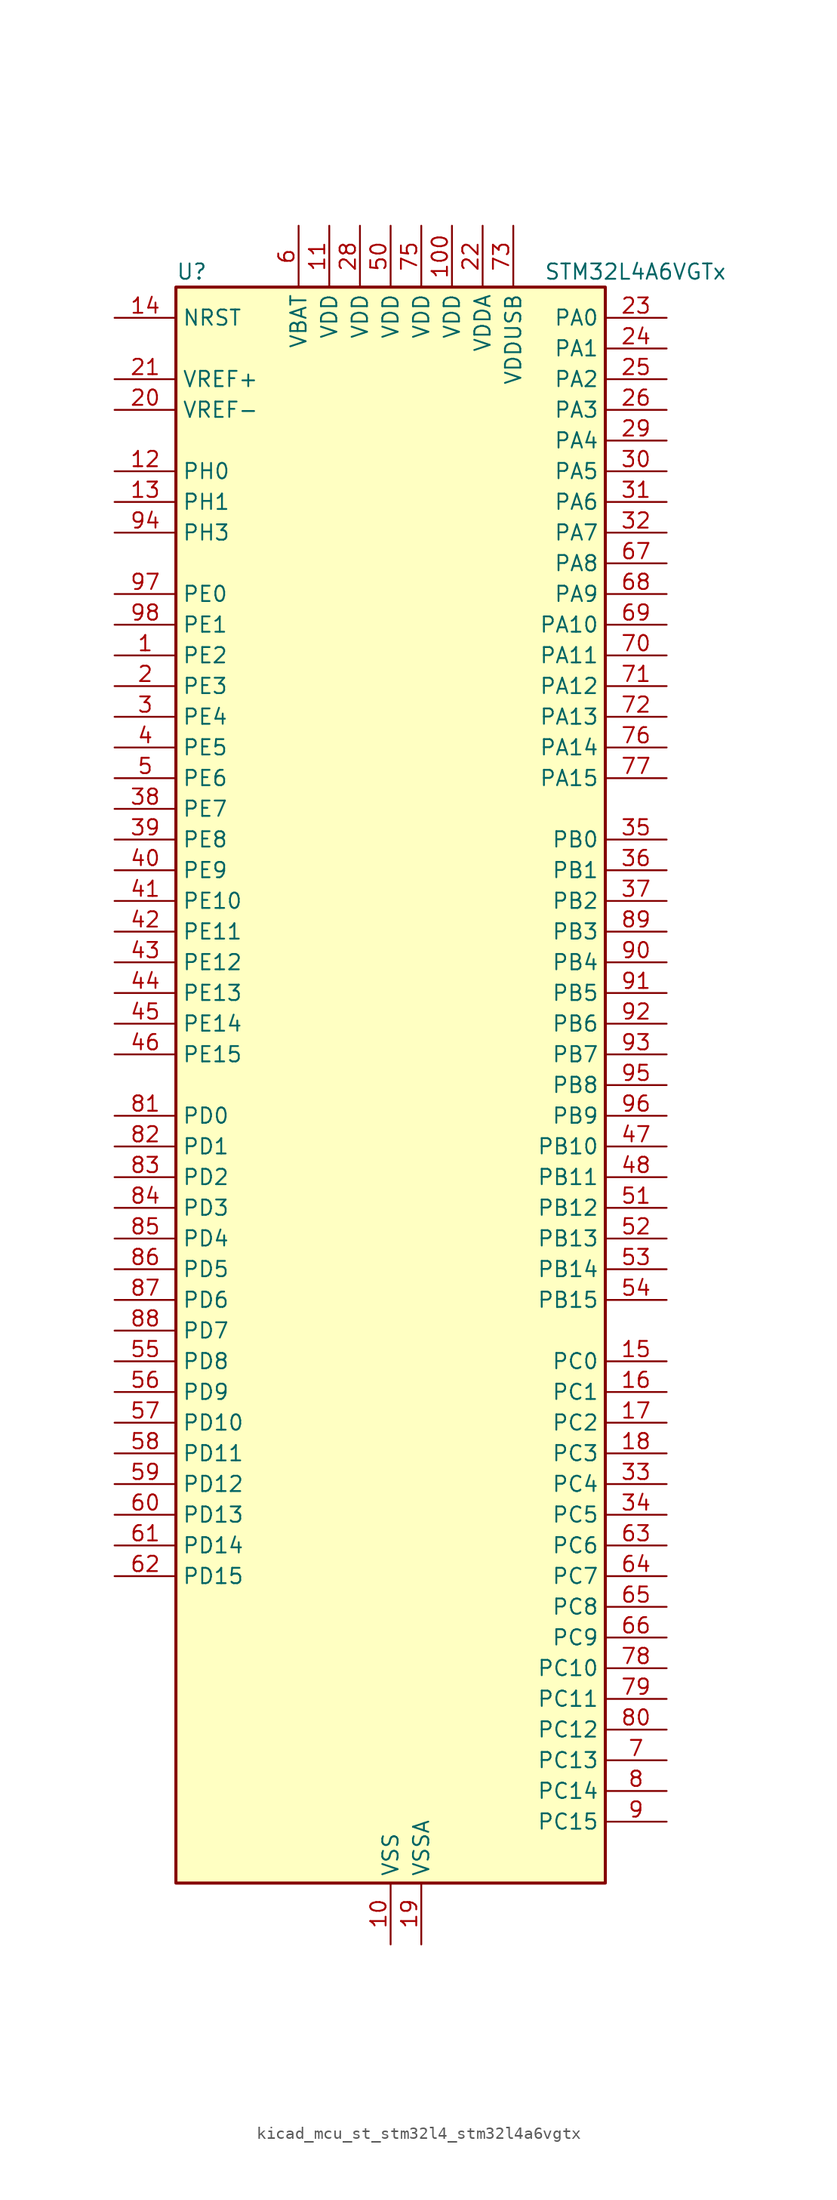
<source format=kicad_sym>
(kicad_symbol_lib
  (version 20220914)
  (generator kicad_symbol_editor)
  (symbol "kicad_mcu_st_stm32l4_stm32l4a6vgtx"
    (property "Reference" "U"
      (at -17.78 67.31 0)
      (effects (font (size 1.27 1.27)) (justify left)))
    (property "Value" "STM32L4A6VGTx"
      (at 12.7 67.31 0)
      (effects (font (size 1.27 1.27)) (justify left)))
    (property "ki_locked" ""
      (at 0 0 0)
      (effects (font (size 1.27 1.27))))
    (symbol "kicad_mcu_st_stm32l4_stm32l4a6vgtx_0_1"
      (rectangle (start -17.78 -66.04) (end 17.78 66.04) (stroke (width 0.254) (type default)) (fill (type background))))
    (symbol "kicad_mcu_st_stm32l4_stm32l4a6vgtx_1_1"
      (pin bidirectional line (at -22.86 35.56 0) (length 5.08) (name "PE2" (effects (font (size 1.27 1.27)))) (number "1" (effects (font (size 1.27 1.27)))) (alternate "FMC_A23" bidirectional line) (alternate "LCD_SEG38" bidirectional line) (alternate "SAI1_MCLK_A" bidirectional line) (alternate "SYS_TRACECLK" bidirectional line) (alternate "TIM3_ETR" bidirectional line) (alternate "TSC_G7_IO1" bidirectional line))
      (pin power_in line (at 0 -71.12 90) (length 5.08) (name "VSS" (effects (font (size 1.27 1.27)))) (number "10" (effects (font (size 1.27 1.27)))))
      (pin power_in line (at 5.08 71.12 270) (length 5.08) (name "VDD" (effects (font (size 1.27 1.27)))) (number "100" (effects (font (size 1.27 1.27)))))
      (pin power_in line (at -5.08 71.12 270) (length 5.08) (name "VDD" (effects (font (size 1.27 1.27)))) (number "11" (effects (font (size 1.27 1.27)))))
      (pin bidirectional line (at -22.86 50.8 0) (length 5.08) (name "PH0" (effects (font (size 1.27 1.27)))) (number "12" (effects (font (size 1.27 1.27)))) (alternate "RCC_OSC_IN" bidirectional line))
      (pin bidirectional line (at -22.86 48.26 0) (length 5.08) (name "PH1" (effects (font (size 1.27 1.27)))) (number "13" (effects (font (size 1.27 1.27)))) (alternate "RCC_OSC_OUT" bidirectional line))
      (pin input line (at -22.86 63.5 0) (length 5.08) (name "NRST" (effects (font (size 1.27 1.27)))) (number "14" (effects (font (size 1.27 1.27)))))
      (pin bidirectional line (at 22.86 -22.86 180) (length 5.08) (name "PC0" (effects (font (size 1.27 1.27)))) (number "15" (effects (font (size 1.27 1.27)))) (alternate "ADC1_IN1" bidirectional line) (alternate "ADC2_IN1" bidirectional line) (alternate "ADC3_IN1" bidirectional line) (alternate "DFSDM1_DATIN4" bidirectional line) (alternate "I2C3_SCL" bidirectional line) (alternate "I2C4_SCL" bidirectional line) (alternate "LCD_SEG18" bidirectional line) (alternate "LPTIM1_IN1" bidirectional line) (alternate "LPTIM2_IN1" bidirectional line) (alternate "LPUART1_RX" bidirectional line))
      (pin bidirectional line (at 22.86 -25.4 180) (length 5.08) (name "PC1" (effects (font (size 1.27 1.27)))) (number "16" (effects (font (size 1.27 1.27)))) (alternate "ADC1_IN2" bidirectional line) (alternate "ADC2_IN2" bidirectional line) (alternate "ADC3_IN2" bidirectional line) (alternate "DFSDM1_CKIN4" bidirectional line) (alternate "I2C3_SDA" bidirectional line) (alternate "I2C4_SDA" bidirectional line) (alternate "LCD_SEG19" bidirectional line) (alternate "LPTIM1_OUT" bidirectional line) (alternate "LPUART1_TX" bidirectional line) (alternate "QUADSPI_BK2_IO0" bidirectional line) (alternate "SAI1_SD_A" bidirectional line) (alternate "SPI2_MOSI" bidirectional line) (alternate "SYS_TRACED0" bidirectional line))
      (pin bidirectional line (at 22.86 -27.94 180) (length 5.08) (name "PC2" (effects (font (size 1.27 1.27)))) (number "17" (effects (font (size 1.27 1.27)))) (alternate "ADC1_IN3" bidirectional line) (alternate "ADC2_IN3" bidirectional line) (alternate "ADC3_IN3" bidirectional line) (alternate "DFSDM1_CKOUT" bidirectional line) (alternate "LCD_SEG20" bidirectional line) (alternate "LPTIM1_IN2" bidirectional line) (alternate "QUADSPI_BK2_IO1" bidirectional line) (alternate "SPI2_MISO" bidirectional line))
      (pin bidirectional line (at 22.86 -30.48 180) (length 5.08) (name "PC3" (effects (font (size 1.27 1.27)))) (number "18" (effects (font (size 1.27 1.27)))) (alternate "ADC1_IN4" bidirectional line) (alternate "ADC2_IN4" bidirectional line) (alternate "ADC3_IN4" bidirectional line) (alternate "LCD_VLCD" bidirectional line) (alternate "LPTIM1_ETR" bidirectional line) (alternate "LPTIM2_ETR" bidirectional line) (alternate "QUADSPI_BK2_IO2" bidirectional line) (alternate "SAI1_SD_A" bidirectional line) (alternate "SPI2_MOSI" bidirectional line))
      (pin power_in line (at 2.54 -71.12 90) (length 5.08) (name "VSSA" (effects (font (size 1.27 1.27)))) (number "19" (effects (font (size 1.27 1.27)))))
      (pin bidirectional line (at -22.86 33.02 0) (length 5.08) (name "PE3" (effects (font (size 1.27 1.27)))) (number "2" (effects (font (size 1.27 1.27)))) (alternate "FMC_A19" bidirectional line) (alternate "LCD_SEG39" bidirectional line) (alternate "SAI1_SD_B" bidirectional line) (alternate "SYS_TRACED0" bidirectional line) (alternate "TIM3_CH1" bidirectional line) (alternate "TSC_G7_IO2" bidirectional line))
      (pin input line (at -22.86 55.88 0) (length 5.08) (name "VREF-" (effects (font (size 1.27 1.27)))) (number "20" (effects (font (size 1.27 1.27)))))
      (pin input line (at -22.86 58.42 0) (length 5.08) (name "VREF+" (effects (font (size 1.27 1.27)))) (number "21" (effects (font (size 1.27 1.27)))) (alternate "VREFBUF_OUT" bidirectional line))
      (pin power_in line (at 7.62 71.12 270) (length 5.08) (name "VDDA" (effects (font (size 1.27 1.27)))) (number "22" (effects (font (size 1.27 1.27)))))
      (pin bidirectional line (at 22.86 63.5 180) (length 5.08) (name "PA0" (effects (font (size 1.27 1.27)))) (number "23" (effects (font (size 1.27 1.27)))) (alternate "ADC1_IN5" bidirectional line) (alternate "ADC2_IN5" bidirectional line) (alternate "OPAMP1_VINP" bidirectional line) (alternate "RTC_TAMP2" bidirectional line) (alternate "SAI1_EXTCLK" bidirectional line) (alternate "SYS_WKUP1" bidirectional line) (alternate "TIM2_CH1" bidirectional line) (alternate "TIM2_ETR" bidirectional line) (alternate "TIM5_CH1" bidirectional line) (alternate "TIM8_ETR" bidirectional line) (alternate "UART4_TX" bidirectional line) (alternate "USART2_CTS" bidirectional line))
      (pin bidirectional line (at 22.86 60.96 180) (length 5.08) (name "PA1" (effects (font (size 1.27 1.27)))) (number "24" (effects (font (size 1.27 1.27)))) (alternate "ADC1_IN6" bidirectional line) (alternate "ADC2_IN6" bidirectional line) (alternate "I2C1_SMBA" bidirectional line) (alternate "LCD_SEG0" bidirectional line) (alternate "OPAMP1_VINM" bidirectional line) (alternate "SPI1_SCK" bidirectional line) (alternate "TIM15_CH1N" bidirectional line) (alternate "TIM2_CH2" bidirectional line) (alternate "TIM5_CH2" bidirectional line) (alternate "UART4_RX" bidirectional line) (alternate "USART2_DE" bidirectional line) (alternate "USART2_RTS" bidirectional line))
      (pin bidirectional line (at 22.86 58.42 180) (length 5.08) (name "PA2" (effects (font (size 1.27 1.27)))) (number "25" (effects (font (size 1.27 1.27)))) (alternate "ADC1_IN7" bidirectional line) (alternate "ADC2_IN7" bidirectional line) (alternate "LCD_SEG1" bidirectional line) (alternate "LPUART1_TX" bidirectional line) (alternate "QUADSPI_BK1_NCS" bidirectional line) (alternate "RCC_LSCO" bidirectional line) (alternate "SAI2_EXTCLK" bidirectional line) (alternate "SYS_WKUP4" bidirectional line) (alternate "TIM15_CH1" bidirectional line) (alternate "TIM2_CH3" bidirectional line) (alternate "TIM5_CH3" bidirectional line) (alternate "USART2_TX" bidirectional line))
      (pin bidirectional line (at 22.86 55.88 180) (length 5.08) (name "PA3" (effects (font (size 1.27 1.27)))) (number "26" (effects (font (size 1.27 1.27)))) (alternate "ADC1_IN8" bidirectional line) (alternate "ADC2_IN8" bidirectional line) (alternate "LCD_SEG2" bidirectional line) (alternate "LPUART1_RX" bidirectional line) (alternate "OPAMP1_VOUT" bidirectional line) (alternate "QUADSPI_CLK" bidirectional line) (alternate "SAI1_MCLK_A" bidirectional line) (alternate "TIM15_CH2" bidirectional line) (alternate "TIM2_CH4" bidirectional line) (alternate "TIM5_CH4" bidirectional line) (alternate "USART2_RX" bidirectional line))
      (pin passive line (at 0 -71.12 90) (length 5.08) hide (name "VSS" (effects (font (size 1.27 1.27)))) (number "27" (effects (font (size 1.27 1.27)))))
      (pin power_in line (at -2.54 71.12 270) (length 5.08) (name "VDD" (effects (font (size 1.27 1.27)))) (number "28" (effects (font (size 1.27 1.27)))))
      (pin bidirectional line (at 22.86 53.34 180) (length 5.08) (name "PA4" (effects (font (size 1.27 1.27)))) (number "29" (effects (font (size 1.27 1.27)))) (alternate "ADC1_IN9" bidirectional line) (alternate "ADC2_IN9" bidirectional line) (alternate "DAC1_OUT1" bidirectional line) (alternate "DCMI_HSYNC" bidirectional line) (alternate "LPTIM2_OUT" bidirectional line) (alternate "SAI1_FS_B" bidirectional line) (alternate "SPI1_NSS" bidirectional line) (alternate "SPI3_NSS" bidirectional line) (alternate "USART2_CK" bidirectional line))
      (pin bidirectional line (at -22.86 30.48 0) (length 5.08) (name "PE4" (effects (font (size 1.27 1.27)))) (number "3" (effects (font (size 1.27 1.27)))) (alternate "DCMI_D4" bidirectional line) (alternate "DFSDM1_DATIN3" bidirectional line) (alternate "FMC_A20" bidirectional line) (alternate "SAI1_FS_A" bidirectional line) (alternate "SYS_TRACED1" bidirectional line) (alternate "TIM3_CH2" bidirectional line) (alternate "TSC_G7_IO3" bidirectional line))
      (pin bidirectional line (at 22.86 50.8 180) (length 5.08) (name "PA5" (effects (font (size 1.27 1.27)))) (number "30" (effects (font (size 1.27 1.27)))) (alternate "ADC1_IN10" bidirectional line) (alternate "ADC2_IN10" bidirectional line) (alternate "DAC1_OUT2" bidirectional line) (alternate "LPTIM2_ETR" bidirectional line) (alternate "SPI1_SCK" bidirectional line) (alternate "TIM2_CH1" bidirectional line) (alternate "TIM2_ETR" bidirectional line) (alternate "TIM8_CH1N" bidirectional line))
      (pin bidirectional line (at 22.86 48.26 180) (length 5.08) (name "PA6" (effects (font (size 1.27 1.27)))) (number "31" (effects (font (size 1.27 1.27)))) (alternate "ADC1_IN11" bidirectional line) (alternate "ADC2_IN11" bidirectional line) (alternate "DCMI_PIXCLK" bidirectional line) (alternate "LCD_SEG3" bidirectional line) (alternate "LPUART1_CTS" bidirectional line) (alternate "OPAMP2_VINP" bidirectional line) (alternate "QUADSPI_BK1_IO3" bidirectional line) (alternate "SPI1_MISO" bidirectional line) (alternate "TIM16_CH1" bidirectional line) (alternate "TIM1_BKIN" bidirectional line) (alternate "TIM1_BKIN_COMP2" bidirectional line) (alternate "TIM3_CH1" bidirectional line) (alternate "TIM8_BKIN" bidirectional line) (alternate "TIM8_BKIN_COMP2" bidirectional line) (alternate "USART3_CTS" bidirectional line))
      (pin bidirectional line (at 22.86 45.72 180) (length 5.08) (name "PA7" (effects (font (size 1.27 1.27)))) (number "32" (effects (font (size 1.27 1.27)))) (alternate "ADC1_IN12" bidirectional line) (alternate "ADC2_IN12" bidirectional line) (alternate "I2C3_SCL" bidirectional line) (alternate "LCD_SEG4" bidirectional line) (alternate "OPAMP2_VINM" bidirectional line) (alternate "QUADSPI_BK1_IO2" bidirectional line) (alternate "SPI1_MOSI" bidirectional line) (alternate "TIM17_CH1" bidirectional line) (alternate "TIM1_CH1N" bidirectional line) (alternate "TIM3_CH2" bidirectional line) (alternate "TIM8_CH1N" bidirectional line))
      (pin bidirectional line (at 22.86 -33.02 180) (length 5.08) (name "PC4" (effects (font (size 1.27 1.27)))) (number "33" (effects (font (size 1.27 1.27)))) (alternate "ADC1_IN13" bidirectional line) (alternate "ADC2_IN13" bidirectional line) (alternate "COMP1_INM" bidirectional line) (alternate "LCD_SEG22" bidirectional line) (alternate "QUADSPI_BK2_IO3" bidirectional line) (alternate "USART3_TX" bidirectional line))
      (pin bidirectional line (at 22.86 -35.56 180) (length 5.08) (name "PC5" (effects (font (size 1.27 1.27)))) (number "34" (effects (font (size 1.27 1.27)))) (alternate "ADC1_IN14" bidirectional line) (alternate "ADC2_IN14" bidirectional line) (alternate "COMP1_INP" bidirectional line) (alternate "LCD_SEG23" bidirectional line) (alternate "SYS_WKUP5" bidirectional line) (alternate "USART3_RX" bidirectional line))
      (pin bidirectional line (at 22.86 20.32 180) (length 5.08) (name "PB0" (effects (font (size 1.27 1.27)))) (number "35" (effects (font (size 1.27 1.27)))) (alternate "ADC1_IN15" bidirectional line) (alternate "ADC2_IN15" bidirectional line) (alternate "COMP1_OUT" bidirectional line) (alternate "LCD_SEG5" bidirectional line) (alternate "OPAMP2_VOUT" bidirectional line) (alternate "QUADSPI_BK1_IO1" bidirectional line) (alternate "SAI1_EXTCLK" bidirectional line) (alternate "SPI1_NSS" bidirectional line) (alternate "TIM1_CH2N" bidirectional line) (alternate "TIM3_CH3" bidirectional line) (alternate "TIM8_CH2N" bidirectional line) (alternate "USART3_CK" bidirectional line))
      (pin bidirectional line (at 22.86 17.78 180) (length 5.08) (name "PB1" (effects (font (size 1.27 1.27)))) (number "36" (effects (font (size 1.27 1.27)))) (alternate "ADC1_IN16" bidirectional line) (alternate "ADC2_IN16" bidirectional line) (alternate "COMP1_INM" bidirectional line) (alternate "DFSDM1_DATIN0" bidirectional line) (alternate "LCD_SEG6" bidirectional line) (alternate "LPTIM2_IN1" bidirectional line) (alternate "LPUART1_DE" bidirectional line) (alternate "LPUART1_RTS" bidirectional line) (alternate "QUADSPI_BK1_IO0" bidirectional line) (alternate "TIM1_CH3N" bidirectional line) (alternate "TIM3_CH4" bidirectional line) (alternate "TIM8_CH3N" bidirectional line) (alternate "USART3_DE" bidirectional line) (alternate "USART3_RTS" bidirectional line))
      (pin bidirectional line (at 22.86 15.24 180) (length 5.08) (name "PB2" (effects (font (size 1.27 1.27)))) (number "37" (effects (font (size 1.27 1.27)))) (alternate "COMP1_INP" bidirectional line) (alternate "DFSDM1_CKIN0" bidirectional line) (alternate "I2C3_SMBA" bidirectional line) (alternate "LCD_VLCD" bidirectional line) (alternate "LPTIM1_OUT" bidirectional line) (alternate "RTC_OUT_ALARM" bidirectional line) (alternate "RTC_OUT_CALIB" bidirectional line))
      (pin bidirectional line (at -22.86 22.86 0) (length 5.08) (name "PE7" (effects (font (size 1.27 1.27)))) (number "38" (effects (font (size 1.27 1.27)))) (alternate "DFSDM1_DATIN2" bidirectional line) (alternate "FMC_D4" bidirectional line) (alternate "FMC_DA4" bidirectional line) (alternate "SAI1_SD_B" bidirectional line) (alternate "TIM1_ETR" bidirectional line))
      (pin bidirectional line (at -22.86 20.32 0) (length 5.08) (name "PE8" (effects (font (size 1.27 1.27)))) (number "39" (effects (font (size 1.27 1.27)))) (alternate "DFSDM1_CKIN2" bidirectional line) (alternate "FMC_D5" bidirectional line) (alternate "FMC_DA5" bidirectional line) (alternate "SAI1_SCK_B" bidirectional line) (alternate "TIM1_CH1N" bidirectional line))
      (pin bidirectional line (at -22.86 27.94 0) (length 5.08) (name "PE5" (effects (font (size 1.27 1.27)))) (number "4" (effects (font (size 1.27 1.27)))) (alternate "DCMI_D6" bidirectional line) (alternate "DFSDM1_CKIN3" bidirectional line) (alternate "FMC_A21" bidirectional line) (alternate "SAI1_SCK_A" bidirectional line) (alternate "SYS_TRACED2" bidirectional line) (alternate "TIM3_CH3" bidirectional line) (alternate "TSC_G7_IO4" bidirectional line))
      (pin bidirectional line (at -22.86 17.78 0) (length 5.08) (name "PE9" (effects (font (size 1.27 1.27)))) (number "40" (effects (font (size 1.27 1.27)))) (alternate "DAC1_EXTI9" bidirectional line) (alternate "DFSDM1_CKOUT" bidirectional line) (alternate "FMC_D6" bidirectional line) (alternate "FMC_DA6" bidirectional line) (alternate "SAI1_FS_B" bidirectional line) (alternate "TIM1_CH1" bidirectional line))
      (pin bidirectional line (at -22.86 15.24 0) (length 5.08) (name "PE10" (effects (font (size 1.27 1.27)))) (number "41" (effects (font (size 1.27 1.27)))) (alternate "DFSDM1_DATIN4" bidirectional line) (alternate "FMC_D7" bidirectional line) (alternate "FMC_DA7" bidirectional line) (alternate "QUADSPI_CLK" bidirectional line) (alternate "SAI1_MCLK_B" bidirectional line) (alternate "TIM1_CH2N" bidirectional line) (alternate "TSC_G5_IO1" bidirectional line))
      (pin bidirectional line (at -22.86 12.7 0) (length 5.08) (name "PE11" (effects (font (size 1.27 1.27)))) (number "42" (effects (font (size 1.27 1.27)))) (alternate "ADC1_EXTI11" bidirectional line) (alternate "ADC2_EXTI11" bidirectional line) (alternate "ADC3_EXTI11" bidirectional line) (alternate "DFSDM1_CKIN4" bidirectional line) (alternate "FMC_D8" bidirectional line) (alternate "FMC_DA8" bidirectional line) (alternate "QUADSPI_BK1_NCS" bidirectional line) (alternate "TIM1_CH2" bidirectional line) (alternate "TSC_G5_IO2" bidirectional line))
      (pin bidirectional line (at -22.86 10.16 0) (length 5.08) (name "PE12" (effects (font (size 1.27 1.27)))) (number "43" (effects (font (size 1.27 1.27)))) (alternate "DFSDM1_DATIN5" bidirectional line) (alternate "FMC_D9" bidirectional line) (alternate "FMC_DA9" bidirectional line) (alternate "QUADSPI_BK1_IO0" bidirectional line) (alternate "SPI1_NSS" bidirectional line) (alternate "TIM1_CH3N" bidirectional line) (alternate "TSC_G5_IO3" bidirectional line))
      (pin bidirectional line (at -22.86 7.62 0) (length 5.08) (name "PE13" (effects (font (size 1.27 1.27)))) (number "44" (effects (font (size 1.27 1.27)))) (alternate "DFSDM1_CKIN5" bidirectional line) (alternate "FMC_D10" bidirectional line) (alternate "FMC_DA10" bidirectional line) (alternate "QUADSPI_BK1_IO1" bidirectional line) (alternate "SPI1_SCK" bidirectional line) (alternate "TIM1_CH3" bidirectional line) (alternate "TSC_G5_IO4" bidirectional line))
      (pin bidirectional line (at -22.86 5.08 0) (length 5.08) (name "PE14" (effects (font (size 1.27 1.27)))) (number "45" (effects (font (size 1.27 1.27)))) (alternate "FMC_D11" bidirectional line) (alternate "FMC_DA11" bidirectional line) (alternate "QUADSPI_BK1_IO2" bidirectional line) (alternate "SPI1_MISO" bidirectional line) (alternate "TIM1_BKIN2" bidirectional line) (alternate "TIM1_BKIN2_COMP2" bidirectional line) (alternate "TIM1_CH4" bidirectional line))
      (pin bidirectional line (at -22.86 2.54 0) (length 5.08) (name "PE15" (effects (font (size 1.27 1.27)))) (number "46" (effects (font (size 1.27 1.27)))) (alternate "ADC1_EXTI15" bidirectional line) (alternate "ADC2_EXTI15" bidirectional line) (alternate "ADC3_EXTI15" bidirectional line) (alternate "FMC_D12" bidirectional line) (alternate "FMC_DA12" bidirectional line) (alternate "QUADSPI_BK1_IO3" bidirectional line) (alternate "SPI1_MOSI" bidirectional line) (alternate "TIM1_BKIN" bidirectional line) (alternate "TIM1_BKIN_COMP1" bidirectional line))
      (pin bidirectional line (at 22.86 -5.08 180) (length 5.08) (name "PB10" (effects (font (size 1.27 1.27)))) (number "47" (effects (font (size 1.27 1.27)))) (alternate "COMP1_OUT" bidirectional line) (alternate "DFSDM1_DATIN7" bidirectional line) (alternate "I2C2_SCL" bidirectional line) (alternate "I2C4_SCL" bidirectional line) (alternate "LCD_SEG10" bidirectional line) (alternate "LPUART1_RX" bidirectional line) (alternate "QUADSPI_CLK" bidirectional line) (alternate "SAI1_SCK_A" bidirectional line) (alternate "SPI2_SCK" bidirectional line) (alternate "TIM2_CH3" bidirectional line) (alternate "TSC_SYNC" bidirectional line) (alternate "USART3_TX" bidirectional line))
      (pin bidirectional line (at 22.86 -7.62 180) (length 5.08) (name "PB11" (effects (font (size 1.27 1.27)))) (number "48" (effects (font (size 1.27 1.27)))) (alternate "ADC1_EXTI11" bidirectional line) (alternate "ADC2_EXTI11" bidirectional line) (alternate "ADC3_EXTI11" bidirectional line) (alternate "COMP2_OUT" bidirectional line) (alternate "DFSDM1_CKIN7" bidirectional line) (alternate "I2C2_SDA" bidirectional line) (alternate "I2C4_SDA" bidirectional line) (alternate "LCD_SEG11" bidirectional line) (alternate "LPUART1_TX" bidirectional line) (alternate "QUADSPI_BK1_NCS" bidirectional line) (alternate "TIM2_CH4" bidirectional line) (alternate "USART3_RX" bidirectional line))
      (pin passive line (at 0 -71.12 90) (length 5.08) hide (name "VSS" (effects (font (size 1.27 1.27)))) (number "49" (effects (font (size 1.27 1.27)))))
      (pin bidirectional line (at -22.86 25.4 0) (length 5.08) (name "PE6" (effects (font (size 1.27 1.27)))) (number "5" (effects (font (size 1.27 1.27)))) (alternate "DCMI_D7" bidirectional line) (alternate "FMC_A22" bidirectional line) (alternate "RTC_TAMP3" bidirectional line) (alternate "SAI1_SD_A" bidirectional line) (alternate "SYS_TRACED3" bidirectional line) (alternate "SYS_WKUP3" bidirectional line) (alternate "TIM3_CH4" bidirectional line))
      (pin power_in line (at 0 71.12 270) (length 5.08) (name "VDD" (effects (font (size 1.27 1.27)))) (number "50" (effects (font (size 1.27 1.27)))))
      (pin bidirectional line (at 22.86 -10.16 180) (length 5.08) (name "PB12" (effects (font (size 1.27 1.27)))) (number "51" (effects (font (size 1.27 1.27)))) (alternate "CAN2_RX" bidirectional line) (alternate "DFSDM1_DATIN1" bidirectional line) (alternate "I2C2_SMBA" bidirectional line) (alternate "LCD_SEG12" bidirectional line) (alternate "LPUART1_DE" bidirectional line) (alternate "LPUART1_RTS" bidirectional line) (alternate "SAI2_FS_A" bidirectional line) (alternate "SPI2_NSS" bidirectional line) (alternate "SWPMI1_IO" bidirectional line) (alternate "TIM15_BKIN" bidirectional line) (alternate "TIM1_BKIN" bidirectional line) (alternate "TIM1_BKIN_COMP2" bidirectional line) (alternate "TSC_G1_IO1" bidirectional line) (alternate "USART3_CK" bidirectional line))
      (pin bidirectional line (at 22.86 -12.7 180) (length 5.08) (name "PB13" (effects (font (size 1.27 1.27)))) (number "52" (effects (font (size 1.27 1.27)))) (alternate "CAN2_TX" bidirectional line) (alternate "DFSDM1_CKIN1" bidirectional line) (alternate "I2C2_SCL" bidirectional line) (alternate "LCD_SEG13" bidirectional line) (alternate "LPUART1_CTS" bidirectional line) (alternate "SAI2_SCK_A" bidirectional line) (alternate "SPI2_SCK" bidirectional line) (alternate "SWPMI1_TX" bidirectional line) (alternate "TIM15_CH1N" bidirectional line) (alternate "TIM1_CH1N" bidirectional line) (alternate "TSC_G1_IO2" bidirectional line) (alternate "USART3_CTS" bidirectional line))
      (pin bidirectional line (at 22.86 -15.24 180) (length 5.08) (name "PB14" (effects (font (size 1.27 1.27)))) (number "53" (effects (font (size 1.27 1.27)))) (alternate "DFSDM1_DATIN2" bidirectional line) (alternate "I2C2_SDA" bidirectional line) (alternate "LCD_SEG14" bidirectional line) (alternate "SAI2_MCLK_A" bidirectional line) (alternate "SPI2_MISO" bidirectional line) (alternate "SWPMI1_RX" bidirectional line) (alternate "TIM15_CH1" bidirectional line) (alternate "TIM1_CH2N" bidirectional line) (alternate "TIM8_CH2N" bidirectional line) (alternate "TSC_G1_IO3" bidirectional line) (alternate "USART3_DE" bidirectional line) (alternate "USART3_RTS" bidirectional line))
      (pin bidirectional line (at 22.86 -17.78 180) (length 5.08) (name "PB15" (effects (font (size 1.27 1.27)))) (number "54" (effects (font (size 1.27 1.27)))) (alternate "ADC1_EXTI15" bidirectional line) (alternate "ADC2_EXTI15" bidirectional line) (alternate "ADC3_EXTI15" bidirectional line) (alternate "DFSDM1_CKIN2" bidirectional line) (alternate "LCD_SEG15" bidirectional line) (alternate "RTC_REFIN" bidirectional line) (alternate "SAI2_SD_A" bidirectional line) (alternate "SPI2_MOSI" bidirectional line) (alternate "SWPMI1_SUSPEND" bidirectional line) (alternate "TIM15_CH2" bidirectional line) (alternate "TIM1_CH3N" bidirectional line) (alternate "TIM8_CH3N" bidirectional line) (alternate "TSC_G1_IO4" bidirectional line))
      (pin bidirectional line (at -22.86 -22.86 0) (length 5.08) (name "PD8" (effects (font (size 1.27 1.27)))) (number "55" (effects (font (size 1.27 1.27)))) (alternate "DCMI_HSYNC" bidirectional line) (alternate "FMC_D13" bidirectional line) (alternate "FMC_DA13" bidirectional line) (alternate "LCD_SEG28" bidirectional line) (alternate "USART3_TX" bidirectional line))
      (pin bidirectional line (at -22.86 -25.4 0) (length 5.08) (name "PD9" (effects (font (size 1.27 1.27)))) (number "56" (effects (font (size 1.27 1.27)))) (alternate "DAC1_EXTI9" bidirectional line) (alternate "DCMI_PIXCLK" bidirectional line) (alternate "FMC_D14" bidirectional line) (alternate "FMC_DA14" bidirectional line) (alternate "LCD_SEG29" bidirectional line) (alternate "SAI2_MCLK_A" bidirectional line) (alternate "USART3_RX" bidirectional line))
      (pin bidirectional line (at -22.86 -27.94 0) (length 5.08) (name "PD10" (effects (font (size 1.27 1.27)))) (number "57" (effects (font (size 1.27 1.27)))) (alternate "FMC_D15" bidirectional line) (alternate "FMC_DA15" bidirectional line) (alternate "LCD_SEG30" bidirectional line) (alternate "SAI2_SCK_A" bidirectional line) (alternate "TSC_G6_IO1" bidirectional line) (alternate "USART3_CK" bidirectional line))
      (pin bidirectional line (at -22.86 -30.48 0) (length 5.08) (name "PD11" (effects (font (size 1.27 1.27)))) (number "58" (effects (font (size 1.27 1.27)))) (alternate "ADC1_EXTI11" bidirectional line) (alternate "ADC2_EXTI11" bidirectional line) (alternate "ADC3_EXTI11" bidirectional line) (alternate "FMC_A16" bidirectional line) (alternate "FMC_CLE" bidirectional line) (alternate "I2C4_SMBA" bidirectional line) (alternate "LCD_SEG31" bidirectional line) (alternate "LPTIM2_ETR" bidirectional line) (alternate "SAI2_SD_A" bidirectional line) (alternate "TSC_G6_IO2" bidirectional line) (alternate "USART3_CTS" bidirectional line))
      (pin bidirectional line (at -22.86 -33.02 0) (length 5.08) (name "PD12" (effects (font (size 1.27 1.27)))) (number "59" (effects (font (size 1.27 1.27)))) (alternate "FMC_A17" bidirectional line) (alternate "FMC_ALE" bidirectional line) (alternate "I2C4_SCL" bidirectional line) (alternate "LCD_SEG32" bidirectional line) (alternate "LPTIM2_IN1" bidirectional line) (alternate "SAI2_FS_A" bidirectional line) (alternate "TIM4_CH1" bidirectional line) (alternate "TSC_G6_IO3" bidirectional line) (alternate "USART3_DE" bidirectional line) (alternate "USART3_RTS" bidirectional line))
      (pin power_in line (at -7.62 71.12 270) (length 5.08) (name "VBAT" (effects (font (size 1.27 1.27)))) (number "6" (effects (font (size 1.27 1.27)))))
      (pin bidirectional line (at -22.86 -35.56 0) (length 5.08) (name "PD13" (effects (font (size 1.27 1.27)))) (number "60" (effects (font (size 1.27 1.27)))) (alternate "FMC_A18" bidirectional line) (alternate "I2C4_SDA" bidirectional line) (alternate "LCD_SEG33" bidirectional line) (alternate "LPTIM2_OUT" bidirectional line) (alternate "TIM4_CH2" bidirectional line) (alternate "TSC_G6_IO4" bidirectional line))
      (pin bidirectional line (at -22.86 -38.1 0) (length 5.08) (name "PD14" (effects (font (size 1.27 1.27)))) (number "61" (effects (font (size 1.27 1.27)))) (alternate "FMC_D0" bidirectional line) (alternate "FMC_DA0" bidirectional line) (alternate "LCD_SEG34" bidirectional line) (alternate "TIM4_CH3" bidirectional line))
      (pin bidirectional line (at -22.86 -40.64 0) (length 5.08) (name "PD15" (effects (font (size 1.27 1.27)))) (number "62" (effects (font (size 1.27 1.27)))) (alternate "ADC1_EXTI15" bidirectional line) (alternate "ADC2_EXTI15" bidirectional line) (alternate "ADC3_EXTI15" bidirectional line) (alternate "FMC_D1" bidirectional line) (alternate "FMC_DA1" bidirectional line) (alternate "LCD_SEG35" bidirectional line) (alternate "TIM4_CH4" bidirectional line))
      (pin bidirectional line (at 22.86 -38.1 180) (length 5.08) (name "PC6" (effects (font (size 1.27 1.27)))) (number "63" (effects (font (size 1.27 1.27)))) (alternate "DCMI_D0" bidirectional line) (alternate "DFSDM1_CKIN3" bidirectional line) (alternate "LCD_SEG24" bidirectional line) (alternate "SAI2_MCLK_A" bidirectional line) (alternate "SDMMC1_D6" bidirectional line) (alternate "TIM3_CH1" bidirectional line) (alternate "TIM8_CH1" bidirectional line) (alternate "TSC_G4_IO1" bidirectional line))
      (pin bidirectional line (at 22.86 -40.64 180) (length 5.08) (name "PC7" (effects (font (size 1.27 1.27)))) (number "64" (effects (font (size 1.27 1.27)))) (alternate "DCMI_D1" bidirectional line) (alternate "DFSDM1_DATIN3" bidirectional line) (alternate "LCD_SEG25" bidirectional line) (alternate "SAI2_MCLK_B" bidirectional line) (alternate "SDMMC1_D7" bidirectional line) (alternate "TIM3_CH2" bidirectional line) (alternate "TIM8_CH2" bidirectional line) (alternate "TSC_G4_IO2" bidirectional line))
      (pin bidirectional line (at 22.86 -43.18 180) (length 5.08) (name "PC8" (effects (font (size 1.27 1.27)))) (number "65" (effects (font (size 1.27 1.27)))) (alternate "DCMI_D2" bidirectional line) (alternate "LCD_SEG26" bidirectional line) (alternate "SDMMC1_D0" bidirectional line) (alternate "TIM3_CH3" bidirectional line) (alternate "TIM8_CH3" bidirectional line) (alternate "TSC_G4_IO3" bidirectional line))
      (pin bidirectional line (at 22.86 -45.72 180) (length 5.08) (name "PC9" (effects (font (size 1.27 1.27)))) (number "66" (effects (font (size 1.27 1.27)))) (alternate "DAC1_EXTI9" bidirectional line) (alternate "DCMI_D3" bidirectional line) (alternate "I2C3_SDA" bidirectional line) (alternate "LCD_SEG27" bidirectional line) (alternate "SAI2_EXTCLK" bidirectional line) (alternate "SDMMC1_D1" bidirectional line) (alternate "TIM3_CH4" bidirectional line) (alternate "TIM8_BKIN2" bidirectional line) (alternate "TIM8_BKIN2_COMP1" bidirectional line) (alternate "TIM8_CH4" bidirectional line) (alternate "TSC_G4_IO4" bidirectional line) (alternate "USB_OTG_FS_NOE" bidirectional line))
      (pin bidirectional line (at 22.86 43.18 180) (length 5.08) (name "PA8" (effects (font (size 1.27 1.27)))) (number "67" (effects (font (size 1.27 1.27)))) (alternate "LCD_COM0" bidirectional line) (alternate "LPTIM2_OUT" bidirectional line) (alternate "RCC_MCO" bidirectional line) (alternate "SAI1_SCK_A" bidirectional line) (alternate "SWPMI1_IO" bidirectional line) (alternate "TIM1_CH1" bidirectional line) (alternate "USART1_CK" bidirectional line) (alternate "USB_OTG_FS_SOF" bidirectional line))
      (pin bidirectional line (at 22.86 40.64 180) (length 5.08) (name "PA9" (effects (font (size 1.27 1.27)))) (number "68" (effects (font (size 1.27 1.27)))) (alternate "DAC1_EXTI9" bidirectional line) (alternate "DCMI_D0" bidirectional line) (alternate "LCD_COM1" bidirectional line) (alternate "SAI1_FS_A" bidirectional line) (alternate "SPI2_SCK" bidirectional line) (alternate "TIM15_BKIN" bidirectional line) (alternate "TIM1_CH2" bidirectional line) (alternate "USART1_TX" bidirectional line) (alternate "USB_OTG_FS_VBUS" bidirectional line))
      (pin bidirectional line (at 22.86 38.1 180) (length 5.08) (name "PA10" (effects (font (size 1.27 1.27)))) (number "69" (effects (font (size 1.27 1.27)))) (alternate "DCMI_D1" bidirectional line) (alternate "LCD_COM2" bidirectional line) (alternate "SAI1_SD_A" bidirectional line) (alternate "TIM17_BKIN" bidirectional line) (alternate "TIM1_CH3" bidirectional line) (alternate "USART1_RX" bidirectional line) (alternate "USB_OTG_FS_ID" bidirectional line))
      (pin bidirectional line (at 22.86 -55.88 180) (length 5.08) (name "PC13" (effects (font (size 1.27 1.27)))) (number "7" (effects (font (size 1.27 1.27)))) (alternate "RTC_OUT_ALARM" bidirectional line) (alternate "RTC_OUT_CALIB" bidirectional line) (alternate "RTC_TAMP1" bidirectional line) (alternate "RTC_TS" bidirectional line) (alternate "SYS_WKUP2" bidirectional line))
      (pin bidirectional line (at 22.86 35.56 180) (length 5.08) (name "PA11" (effects (font (size 1.27 1.27)))) (number "70" (effects (font (size 1.27 1.27)))) (alternate "ADC1_EXTI11" bidirectional line) (alternate "ADC2_EXTI11" bidirectional line) (alternate "ADC3_EXTI11" bidirectional line) (alternate "CAN1_RX" bidirectional line) (alternate "SPI1_MISO" bidirectional line) (alternate "TIM1_BKIN2" bidirectional line) (alternate "TIM1_BKIN2_COMP1" bidirectional line) (alternate "TIM1_CH4" bidirectional line) (alternate "USART1_CTS" bidirectional line) (alternate "USB_OTG_FS_DM" bidirectional line))
      (pin bidirectional line (at 22.86 33.02 180) (length 5.08) (name "PA12" (effects (font (size 1.27 1.27)))) (number "71" (effects (font (size 1.27 1.27)))) (alternate "CAN1_TX" bidirectional line) (alternate "SPI1_MOSI" bidirectional line) (alternate "TIM1_ETR" bidirectional line) (alternate "USART1_DE" bidirectional line) (alternate "USART1_RTS" bidirectional line) (alternate "USB_OTG_FS_DP" bidirectional line))
      (pin bidirectional line (at 22.86 30.48 180) (length 5.08) (name "PA13" (effects (font (size 1.27 1.27)))) (number "72" (effects (font (size 1.27 1.27)))) (alternate "IR_OUT" bidirectional line) (alternate "SAI1_SD_B" bidirectional line) (alternate "SWPMI1_TX" bidirectional line) (alternate "SYS_JTMS-SWDIO" bidirectional line) (alternate "USB_OTG_FS_NOE" bidirectional line))
      (pin power_in line (at 10.16 71.12 270) (length 5.08) (name "VDDUSB" (effects (font (size 1.27 1.27)))) (number "73" (effects (font (size 1.27 1.27)))))
      (pin passive line (at 0 -71.12 90) (length 5.08) hide (name "VSS" (effects (font (size 1.27 1.27)))) (number "74" (effects (font (size 1.27 1.27)))))
      (pin power_in line (at 2.54 71.12 270) (length 5.08) (name "VDD" (effects (font (size 1.27 1.27)))) (number "75" (effects (font (size 1.27 1.27)))))
      (pin bidirectional line (at 22.86 27.94 180) (length 5.08) (name "PA14" (effects (font (size 1.27 1.27)))) (number "76" (effects (font (size 1.27 1.27)))) (alternate "I2C1_SMBA" bidirectional line) (alternate "I2C4_SMBA" bidirectional line) (alternate "LPTIM1_OUT" bidirectional line) (alternate "SAI1_FS_B" bidirectional line) (alternate "SWPMI1_RX" bidirectional line) (alternate "SYS_JTCK-SWCLK" bidirectional line) (alternate "USB_OTG_FS_SOF" bidirectional line))
      (pin bidirectional line (at 22.86 25.4 180) (length 5.08) (name "PA15" (effects (font (size 1.27 1.27)))) (number "77" (effects (font (size 1.27 1.27)))) (alternate "ADC1_EXTI15" bidirectional line) (alternate "ADC2_EXTI15" bidirectional line) (alternate "ADC3_EXTI15" bidirectional line) (alternate "LCD_SEG17" bidirectional line) (alternate "SAI2_FS_B" bidirectional line) (alternate "SPI1_NSS" bidirectional line) (alternate "SPI3_NSS" bidirectional line) (alternate "SWPMI1_SUSPEND" bidirectional line) (alternate "SYS_JTDI" bidirectional line) (alternate "TIM2_CH1" bidirectional line) (alternate "TIM2_ETR" bidirectional line) (alternate "TSC_G3_IO1" bidirectional line) (alternate "UART4_DE" bidirectional line) (alternate "UART4_RTS" bidirectional line) (alternate "USART2_RX" bidirectional line) (alternate "USART3_DE" bidirectional line) (alternate "USART3_RTS" bidirectional line))
      (pin bidirectional line (at 22.86 -48.26 180) (length 5.08) (name "PC10" (effects (font (size 1.27 1.27)))) (number "78" (effects (font (size 1.27 1.27)))) (alternate "DCMI_D8" bidirectional line) (alternate "LCD_COM4" bidirectional line) (alternate "LCD_SEG28" bidirectional line) (alternate "LCD_SEG40" bidirectional line) (alternate "SAI2_SCK_B" bidirectional line) (alternate "SDMMC1_D2" bidirectional line) (alternate "SPI3_SCK" bidirectional line) (alternate "SYS_TRACED1" bidirectional line) (alternate "TSC_G3_IO2" bidirectional line) (alternate "UART4_TX" bidirectional line) (alternate "USART3_TX" bidirectional line))
      (pin bidirectional line (at 22.86 -50.8 180) (length 5.08) (name "PC11" (effects (font (size 1.27 1.27)))) (number "79" (effects (font (size 1.27 1.27)))) (alternate "ADC1_EXTI11" bidirectional line) (alternate "ADC2_EXTI11" bidirectional line) (alternate "ADC3_EXTI11" bidirectional line) (alternate "DCMI_D4" bidirectional line) (alternate "LCD_COM5" bidirectional line) (alternate "LCD_SEG29" bidirectional line) (alternate "LCD_SEG41" bidirectional line) (alternate "QUADSPI_BK2_NCS" bidirectional line) (alternate "SAI2_MCLK_B" bidirectional line) (alternate "SDMMC1_D3" bidirectional line) (alternate "SPI3_MISO" bidirectional line) (alternate "TSC_G3_IO3" bidirectional line) (alternate "UART4_RX" bidirectional line) (alternate "USART3_RX" bidirectional line))
      (pin bidirectional line (at 22.86 -58.42 180) (length 5.08) (name "PC14" (effects (font (size 1.27 1.27)))) (number "8" (effects (font (size 1.27 1.27)))) (alternate "RCC_OSC32_IN" bidirectional line))
      (pin bidirectional line (at 22.86 -53.34 180) (length 5.08) (name "PC12" (effects (font (size 1.27 1.27)))) (number "80" (effects (font (size 1.27 1.27)))) (alternate "DCMI_D9" bidirectional line) (alternate "LCD_COM6" bidirectional line) (alternate "LCD_SEG30" bidirectional line) (alternate "LCD_SEG42" bidirectional line) (alternate "SAI2_SD_B" bidirectional line) (alternate "SDMMC1_CK" bidirectional line) (alternate "SPI3_MOSI" bidirectional line) (alternate "SYS_TRACED3" bidirectional line) (alternate "TSC_G3_IO4" bidirectional line) (alternate "UART5_TX" bidirectional line) (alternate "USART3_CK" bidirectional line))
      (pin bidirectional line (at -22.86 -2.54 0) (length 5.08) (name "PD0" (effects (font (size 1.27 1.27)))) (number "81" (effects (font (size 1.27 1.27)))) (alternate "CAN1_RX" bidirectional line) (alternate "DFSDM1_DATIN7" bidirectional line) (alternate "FMC_D2" bidirectional line) (alternate "FMC_DA2" bidirectional line) (alternate "SPI2_NSS" bidirectional line))
      (pin bidirectional line (at -22.86 -5.08 0) (length 5.08) (name "PD1" (effects (font (size 1.27 1.27)))) (number "82" (effects (font (size 1.27 1.27)))) (alternate "CAN1_TX" bidirectional line) (alternate "DFSDM1_CKIN7" bidirectional line) (alternate "FMC_D3" bidirectional line) (alternate "FMC_DA3" bidirectional line) (alternate "SPI2_SCK" bidirectional line))
      (pin bidirectional line (at -22.86 -7.62 0) (length 5.08) (name "PD2" (effects (font (size 1.27 1.27)))) (number "83" (effects (font (size 1.27 1.27)))) (alternate "DCMI_D11" bidirectional line) (alternate "LCD_COM7" bidirectional line) (alternate "LCD_SEG31" bidirectional line) (alternate "LCD_SEG43" bidirectional line) (alternate "SDMMC1_CMD" bidirectional line) (alternate "SYS_TRACED2" bidirectional line) (alternate "TIM3_ETR" bidirectional line) (alternate "TSC_SYNC" bidirectional line) (alternate "UART5_RX" bidirectional line) (alternate "USART3_DE" bidirectional line) (alternate "USART3_RTS" bidirectional line))
      (pin bidirectional line (at -22.86 -10.16 0) (length 5.08) (name "PD3" (effects (font (size 1.27 1.27)))) (number "84" (effects (font (size 1.27 1.27)))) (alternate "DCMI_D5" bidirectional line) (alternate "DFSDM1_DATIN0" bidirectional line) (alternate "FMC_CLK" bidirectional line) (alternate "QUADSPI_BK2_NCS" bidirectional line) (alternate "SPI2_MISO" bidirectional line) (alternate "SPI2_SCK" bidirectional line) (alternate "USART2_CTS" bidirectional line))
      (pin bidirectional line (at -22.86 -12.7 0) (length 5.08) (name "PD4" (effects (font (size 1.27 1.27)))) (number "85" (effects (font (size 1.27 1.27)))) (alternate "DFSDM1_CKIN0" bidirectional line) (alternate "FMC_NOE" bidirectional line) (alternate "QUADSPI_BK2_IO0" bidirectional line) (alternate "SPI2_MOSI" bidirectional line) (alternate "USART2_DE" bidirectional line) (alternate "USART2_RTS" bidirectional line))
      (pin bidirectional line (at -22.86 -15.24 0) (length 5.08) (name "PD5" (effects (font (size 1.27 1.27)))) (number "86" (effects (font (size 1.27 1.27)))) (alternate "FMC_NWE" bidirectional line) (alternate "QUADSPI_BK2_IO1" bidirectional line) (alternate "USART2_TX" bidirectional line))
      (pin bidirectional line (at -22.86 -17.78 0) (length 5.08) (name "PD6" (effects (font (size 1.27 1.27)))) (number "87" (effects (font (size 1.27 1.27)))) (alternate "DCMI_D10" bidirectional line) (alternate "DFSDM1_DATIN1" bidirectional line) (alternate "FMC_NWAIT" bidirectional line) (alternate "QUADSPI_BK2_IO1" bidirectional line) (alternate "QUADSPI_BK2_IO2" bidirectional line) (alternate "SAI1_SD_A" bidirectional line) (alternate "USART2_RX" bidirectional line))
      (pin bidirectional line (at -22.86 -20.32 0) (length 5.08) (name "PD7" (effects (font (size 1.27 1.27)))) (number "88" (effects (font (size 1.27 1.27)))) (alternate "DFSDM1_CKIN1" bidirectional line) (alternate "FMC_NE1" bidirectional line) (alternate "QUADSPI_BK2_IO3" bidirectional line) (alternate "USART2_CK" bidirectional line))
      (pin bidirectional line (at 22.86 12.7 180) (length 5.08) (name "PB3" (effects (font (size 1.27 1.27)))) (number "89" (effects (font (size 1.27 1.27)))) (alternate "COMP2_INM" bidirectional line) (alternate "CRS_SYNC" bidirectional line) (alternate "LCD_SEG7" bidirectional line) (alternate "SAI1_SCK_B" bidirectional line) (alternate "SPI1_SCK" bidirectional line) (alternate "SPI3_SCK" bidirectional line) (alternate "SYS_JTDO-SWO" bidirectional line) (alternate "TIM2_CH2" bidirectional line) (alternate "USART1_DE" bidirectional line) (alternate "USART1_RTS" bidirectional line))
      (pin bidirectional line (at 22.86 -60.96 180) (length 5.08) (name "PC15" (effects (font (size 1.27 1.27)))) (number "9" (effects (font (size 1.27 1.27)))) (alternate "ADC1_EXTI15" bidirectional line) (alternate "ADC2_EXTI15" bidirectional line) (alternate "ADC3_EXTI15" bidirectional line) (alternate "RCC_OSC32_OUT" bidirectional line))
      (pin bidirectional line (at 22.86 10.16 180) (length 5.08) (name "PB4" (effects (font (size 1.27 1.27)))) (number "90" (effects (font (size 1.27 1.27)))) (alternate "COMP2_INP" bidirectional line) (alternate "DCMI_D12" bidirectional line) (alternate "I2C3_SDA" bidirectional line) (alternate "LCD_SEG8" bidirectional line) (alternate "SAI1_MCLK_B" bidirectional line) (alternate "SPI1_MISO" bidirectional line) (alternate "SPI3_MISO" bidirectional line) (alternate "SYS_JTRST" bidirectional line) (alternate "TIM17_BKIN" bidirectional line) (alternate "TIM3_CH1" bidirectional line) (alternate "TSC_G2_IO1" bidirectional line) (alternate "UART5_DE" bidirectional line) (alternate "UART5_RTS" bidirectional line) (alternate "USART1_CTS" bidirectional line))
      (pin bidirectional line (at 22.86 7.62 180) (length 5.08) (name "PB5" (effects (font (size 1.27 1.27)))) (number "91" (effects (font (size 1.27 1.27)))) (alternate "CAN2_RX" bidirectional line) (alternate "COMP2_OUT" bidirectional line) (alternate "DCMI_D10" bidirectional line) (alternate "I2C1_SMBA" bidirectional line) (alternate "LCD_SEG9" bidirectional line) (alternate "LPTIM1_IN1" bidirectional line) (alternate "SAI1_SD_B" bidirectional line) (alternate "SPI1_MOSI" bidirectional line) (alternate "SPI3_MOSI" bidirectional line) (alternate "TIM16_BKIN" bidirectional line) (alternate "TIM3_CH2" bidirectional line) (alternate "TSC_G2_IO2" bidirectional line) (alternate "UART5_CTS" bidirectional line) (alternate "USART1_CK" bidirectional line))
      (pin bidirectional line (at 22.86 5.08 180) (length 5.08) (name "PB6" (effects (font (size 1.27 1.27)))) (number "92" (effects (font (size 1.27 1.27)))) (alternate "CAN2_TX" bidirectional line) (alternate "COMP2_INP" bidirectional line) (alternate "DCMI_D5" bidirectional line) (alternate "DFSDM1_DATIN5" bidirectional line) (alternate "I2C1_SCL" bidirectional line) (alternate "I2C4_SCL" bidirectional line) (alternate "LPTIM1_ETR" bidirectional line) (alternate "SAI1_FS_B" bidirectional line) (alternate "TIM16_CH1N" bidirectional line) (alternate "TIM4_CH1" bidirectional line) (alternate "TIM8_BKIN2" bidirectional line) (alternate "TIM8_BKIN2_COMP2" bidirectional line) (alternate "TSC_G2_IO3" bidirectional line) (alternate "USART1_TX" bidirectional line))
      (pin bidirectional line (at 22.86 2.54 180) (length 5.08) (name "PB7" (effects (font (size 1.27 1.27)))) (number "93" (effects (font (size 1.27 1.27)))) (alternate "COMP2_INM" bidirectional line) (alternate "DCMI_VSYNC" bidirectional line) (alternate "DFSDM1_CKIN5" bidirectional line) (alternate "FMC_NL" bidirectional line) (alternate "I2C1_SDA" bidirectional line) (alternate "I2C4_SDA" bidirectional line) (alternate "LCD_SEG21" bidirectional line) (alternate "LPTIM1_IN2" bidirectional line) (alternate "SYS_PVD_IN" bidirectional line) (alternate "TIM17_CH1N" bidirectional line) (alternate "TIM4_CH2" bidirectional line) (alternate "TIM8_BKIN" bidirectional line) (alternate "TIM8_BKIN_COMP1" bidirectional line) (alternate "TSC_G2_IO4" bidirectional line) (alternate "UART4_CTS" bidirectional line) (alternate "USART1_RX" bidirectional line))
      (pin bidirectional line (at -22.86 45.72 0) (length 5.08) (name "PH3" (effects (font (size 1.27 1.27)))) (number "94" (effects (font (size 1.27 1.27)))))
      (pin bidirectional line (at 22.86 0 180) (length 5.08) (name "PB8" (effects (font (size 1.27 1.27)))) (number "95" (effects (font (size 1.27 1.27)))) (alternate "CAN1_RX" bidirectional line) (alternate "DCMI_D6" bidirectional line) (alternate "DFSDM1_DATIN6" bidirectional line) (alternate "I2C1_SCL" bidirectional line) (alternate "LCD_SEG16" bidirectional line) (alternate "SAI1_MCLK_A" bidirectional line) (alternate "SDMMC1_D4" bidirectional line) (alternate "TIM16_CH1" bidirectional line) (alternate "TIM4_CH3" bidirectional line))
      (pin bidirectional line (at 22.86 -2.54 180) (length 5.08) (name "PB9" (effects (font (size 1.27 1.27)))) (number "96" (effects (font (size 1.27 1.27)))) (alternate "CAN1_TX" bidirectional line) (alternate "DAC1_EXTI9" bidirectional line) (alternate "DCMI_D7" bidirectional line) (alternate "DFSDM1_CKIN6" bidirectional line) (alternate "I2C1_SDA" bidirectional line) (alternate "IR_OUT" bidirectional line) (alternate "LCD_COM3" bidirectional line) (alternate "SAI1_FS_A" bidirectional line) (alternate "SDMMC1_D5" bidirectional line) (alternate "SPI2_NSS" bidirectional line) (alternate "TIM17_CH1" bidirectional line) (alternate "TIM4_CH4" bidirectional line))
      (pin bidirectional line (at -22.86 40.64 0) (length 5.08) (name "PE0" (effects (font (size 1.27 1.27)))) (number "97" (effects (font (size 1.27 1.27)))) (alternate "DCMI_D2" bidirectional line) (alternate "FMC_NBL0" bidirectional line) (alternate "LCD_SEG36" bidirectional line) (alternate "TIM16_CH1" bidirectional line) (alternate "TIM4_ETR" bidirectional line))
      (pin bidirectional line (at -22.86 38.1 0) (length 5.08) (name "PE1" (effects (font (size 1.27 1.27)))) (number "98" (effects (font (size 1.27 1.27)))) (alternate "DCMI_D3" bidirectional line) (alternate "FMC_NBL1" bidirectional line) (alternate "LCD_SEG37" bidirectional line) (alternate "TIM17_CH1" bidirectional line))
      (pin passive line (at 0 -71.12 90) (length 5.08) hide (name "VSS" (effects (font (size 1.27 1.27)))) (number "99" (effects (font (size 1.27 1.27))))))))
</source>
